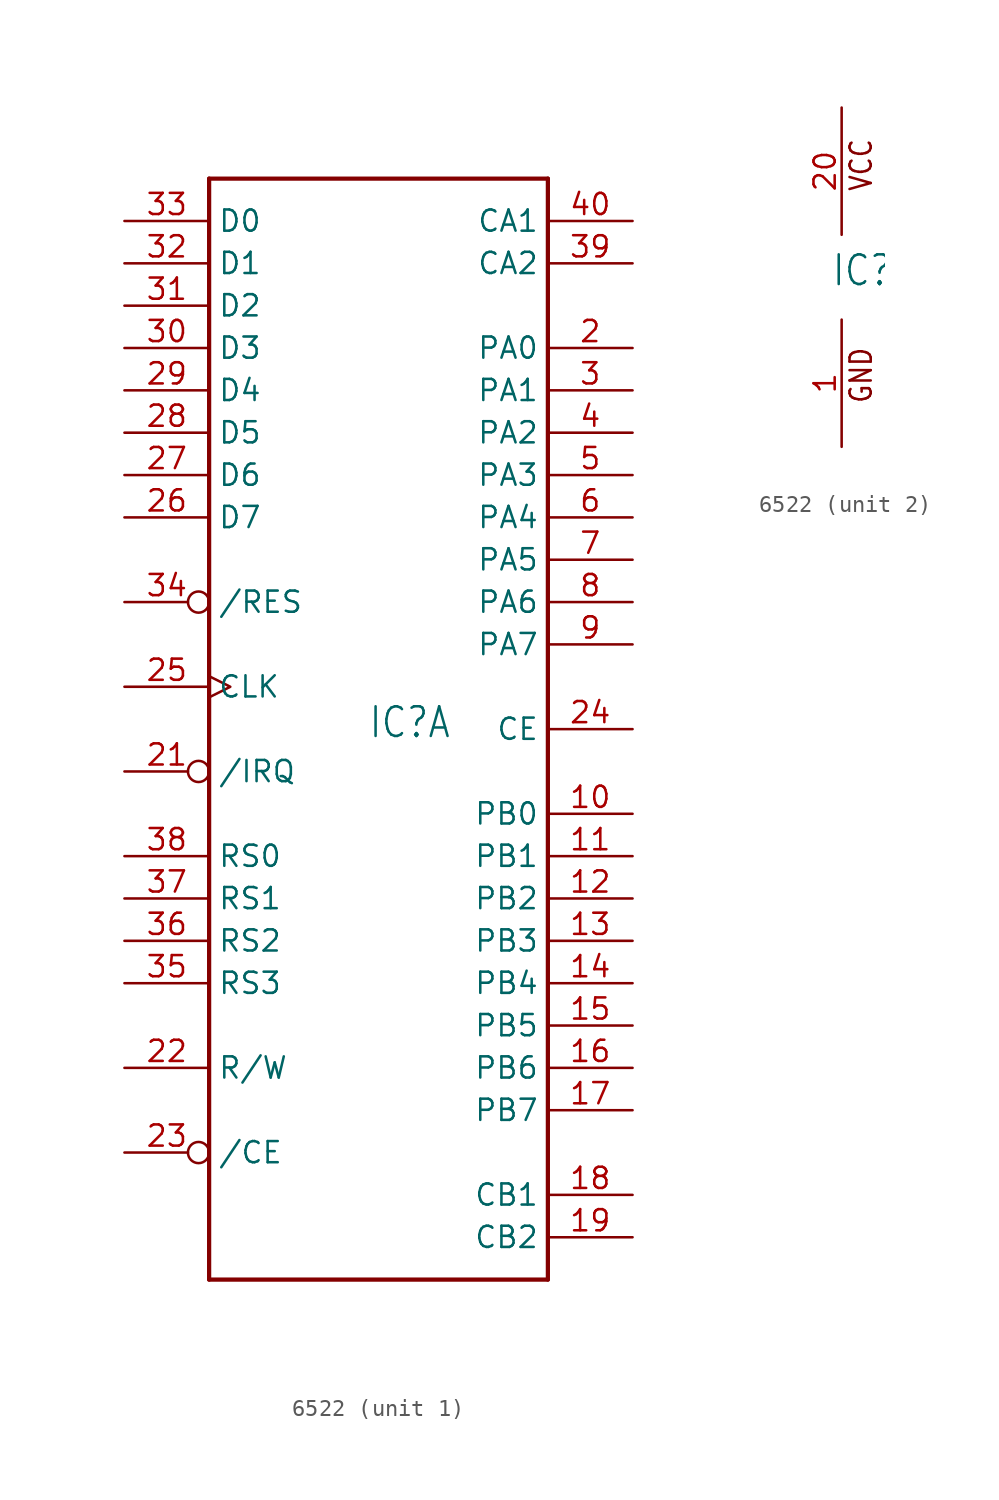
<source format=kicad_sym>
(kicad_symbol_lib
  (version 20211014)
  (generator kicad_symbol_editor)
  (symbol "6522"
    (property "Reference" "IC"
      (at -0.635 -0.635 0)
      (effects (font (size 1.778 1.511)) (justify left bottom)))
    (property "ki_locked" ""
      (at 0 0 0)
      (effects (font (size 1.27 1.27))))
    (symbol "6522_1_0"
      (polyline (pts (xy -10.16 -33.02) (xy -10.16 33.02)) (stroke (width 0.254) (type default) (color 0 0 0 0)) (fill (type none)))
      (polyline (pts (xy -10.16 33.02) (xy 10.16 33.02)) (stroke (width 0.254) (type default) (color 0 0 0 0)) (fill (type none)))
      (polyline (pts (xy 10.16 -33.02) (xy -10.16 -33.02)) (stroke (width 0.254) (type default) (color 0 0 0 0)) (fill (type none)))
      (polyline (pts (xy 10.16 33.02) (xy 10.16 -33.02)) (stroke (width 0.254) (type default) (color 0 0 0 0)) (fill (type none)))
      (pin bidirectional line (at 15.24 -5.08 180) (length 5.08) (name "PB0" (effects (font (size 1.27 1.27)))) (number "10" (effects (font (size 1.27 1.27)))))
      (pin bidirectional line (at 15.24 -7.62 180) (length 5.08) (name "PB1" (effects (font (size 1.27 1.27)))) (number "11" (effects (font (size 1.27 1.27)))))
      (pin bidirectional line (at 15.24 -10.16 180) (length 5.08) (name "PB2" (effects (font (size 1.27 1.27)))) (number "12" (effects (font (size 1.27 1.27)))))
      (pin bidirectional line (at 15.24 -12.7 180) (length 5.08) (name "PB3" (effects (font (size 1.27 1.27)))) (number "13" (effects (font (size 1.27 1.27)))))
      (pin bidirectional line (at 15.24 -15.24 180) (length 5.08) (name "PB4" (effects (font (size 1.27 1.27)))) (number "14" (effects (font (size 1.27 1.27)))))
      (pin bidirectional line (at 15.24 -17.78 180) (length 5.08) (name "PB5" (effects (font (size 1.27 1.27)))) (number "15" (effects (font (size 1.27 1.27)))))
      (pin bidirectional line (at 15.24 -20.32 180) (length 5.08) (name "PB6" (effects (font (size 1.27 1.27)))) (number "16" (effects (font (size 1.27 1.27)))))
      (pin bidirectional line (at 15.24 -22.86 180) (length 5.08) (name "PB7" (effects (font (size 1.27 1.27)))) (number "17" (effects (font (size 1.27 1.27)))))
      (pin bidirectional line (at 15.24 -27.94 180) (length 5.08) (name "CB1" (effects (font (size 1.27 1.27)))) (number "18" (effects (font (size 1.27 1.27)))))
      (pin bidirectional line (at 15.24 -30.48 180) (length 5.08) (name "CB2" (effects (font (size 1.27 1.27)))) (number "19" (effects (font (size 1.27 1.27)))))
      (pin bidirectional line (at 15.24 22.86 180) (length 5.08) (name "PA0" (effects (font (size 1.27 1.27)))) (number "2" (effects (font (size 1.27 1.27)))))
      (pin open_collector inverted (at -15.24 -2.54 0) (length 5.08) (name "/IRQ" (effects (font (size 1.27 1.27)))) (number "21" (effects (font (size 1.27 1.27)))))
      (pin input line (at -15.24 -20.32 0) (length 5.08) (name "R/W" (effects (font (size 1.27 1.27)))) (number "22" (effects (font (size 1.27 1.27)))))
      (pin input inverted (at -15.24 -25.4 0) (length 5.08) (name "/CE" (effects (font (size 1.27 1.27)))) (number "23" (effects (font (size 1.27 1.27)))))
      (pin input line (at 15.24 0 180) (length 5.08) (name "CE" (effects (font (size 1.27 1.27)))) (number "24" (effects (font (size 1.27 1.27)))))
      (pin input clock (at -15.24 2.54 0) (length 5.08) (name "CLK" (effects (font (size 1.27 1.27)))) (number "25" (effects (font (size 1.27 1.27)))))
      (pin bidirectional line (at -15.24 12.7 0) (length 5.08) (name "D7" (effects (font (size 1.27 1.27)))) (number "26" (effects (font (size 1.27 1.27)))))
      (pin bidirectional line (at -15.24 15.24 0) (length 5.08) (name "D6" (effects (font (size 1.27 1.27)))) (number "27" (effects (font (size 1.27 1.27)))))
      (pin bidirectional line (at -15.24 17.78 0) (length 5.08) (name "D5" (effects (font (size 1.27 1.27)))) (number "28" (effects (font (size 1.27 1.27)))))
      (pin bidirectional line (at -15.24 20.32 0) (length 5.08) (name "D4" (effects (font (size 1.27 1.27)))) (number "29" (effects (font (size 1.27 1.27)))))
      (pin bidirectional line (at 15.24 20.32 180) (length 5.08) (name "PA1" (effects (font (size 1.27 1.27)))) (number "3" (effects (font (size 1.27 1.27)))))
      (pin bidirectional line (at -15.24 22.86 0) (length 5.08) (name "D3" (effects (font (size 1.27 1.27)))) (number "30" (effects (font (size 1.27 1.27)))))
      (pin bidirectional line (at -15.24 25.4 0) (length 5.08) (name "D2" (effects (font (size 1.27 1.27)))) (number "31" (effects (font (size 1.27 1.27)))))
      (pin bidirectional line (at -15.24 27.94 0) (length 5.08) (name "D1" (effects (font (size 1.27 1.27)))) (number "32" (effects (font (size 1.27 1.27)))))
      (pin bidirectional line (at -15.24 30.48 0) (length 5.08) (name "D0" (effects (font (size 1.27 1.27)))) (number "33" (effects (font (size 1.27 1.27)))))
      (pin input inverted (at -15.24 7.62 0) (length 5.08) (name "/RES" (effects (font (size 1.27 1.27)))) (number "34" (effects (font (size 1.27 1.27)))))
      (pin input line (at -15.24 -15.24 0) (length 5.08) (name "RS3" (effects (font (size 1.27 1.27)))) (number "35" (effects (font (size 1.27 1.27)))))
      (pin input line (at -15.24 -12.7 0) (length 5.08) (name "RS2" (effects (font (size 1.27 1.27)))) (number "36" (effects (font (size 1.27 1.27)))))
      (pin input line (at -15.24 -10.16 0) (length 5.08) (name "RS1" (effects (font (size 1.27 1.27)))) (number "37" (effects (font (size 1.27 1.27)))))
      (pin input line (at -15.24 -7.62 0) (length 5.08) (name "RS0" (effects (font (size 1.27 1.27)))) (number "38" (effects (font (size 1.27 1.27)))))
      (pin bidirectional line (at 15.24 27.94 180) (length 5.08) (name "CA2" (effects (font (size 1.27 1.27)))) (number "39" (effects (font (size 1.27 1.27)))))
      (pin bidirectional line (at 15.24 17.78 180) (length 5.08) (name "PA2" (effects (font (size 1.27 1.27)))) (number "4" (effects (font (size 1.27 1.27)))))
      (pin bidirectional line (at 15.24 30.48 180) (length 5.08) (name "CA1" (effects (font (size 1.27 1.27)))) (number "40" (effects (font (size 1.27 1.27)))))
      (pin bidirectional line (at 15.24 15.24 180) (length 5.08) (name "PA3" (effects (font (size 1.27 1.27)))) (number "5" (effects (font (size 1.27 1.27)))))
      (pin bidirectional line (at 15.24 12.7 180) (length 5.08) (name "PA4" (effects (font (size 1.27 1.27)))) (number "6" (effects (font (size 1.27 1.27)))))
      (pin bidirectional line (at 15.24 10.16 180) (length 5.08) (name "PA5" (effects (font (size 1.27 1.27)))) (number "7" (effects (font (size 1.27 1.27)))))
      (pin bidirectional line (at 15.24 7.62 180) (length 5.08) (name "PA6" (effects (font (size 1.27 1.27)))) (number "8" (effects (font (size 1.27 1.27)))))
      (pin bidirectional line (at 15.24 5.08 180) (length 5.08) (name "PA7" (effects (font (size 1.27 1.27)))) (number "9" (effects (font (size 1.27 1.27))))))
    (symbol "6522_2_0"
      (text "GND" (at 1.905 -7.62 900) (effects (font (size 1.27 1.079)) (justify left bottom)))
      (text "VCC" (at 1.905 5.08 900) (effects (font (size 1.27 1.079)) (justify left bottom)))
      (pin power_in line (at 0 -10.16 90) (length 7.62) (name "GND" (effects (font (size 0 0)))) (number "1" (effects (font (size 1.27 1.27)))))
      (pin power_in line (at 0 10.16 270) (length 7.62) (name "VCC" (effects (font (size 0 0)))) (number "20" (effects (font (size 1.27 1.27))))))))
</source>
